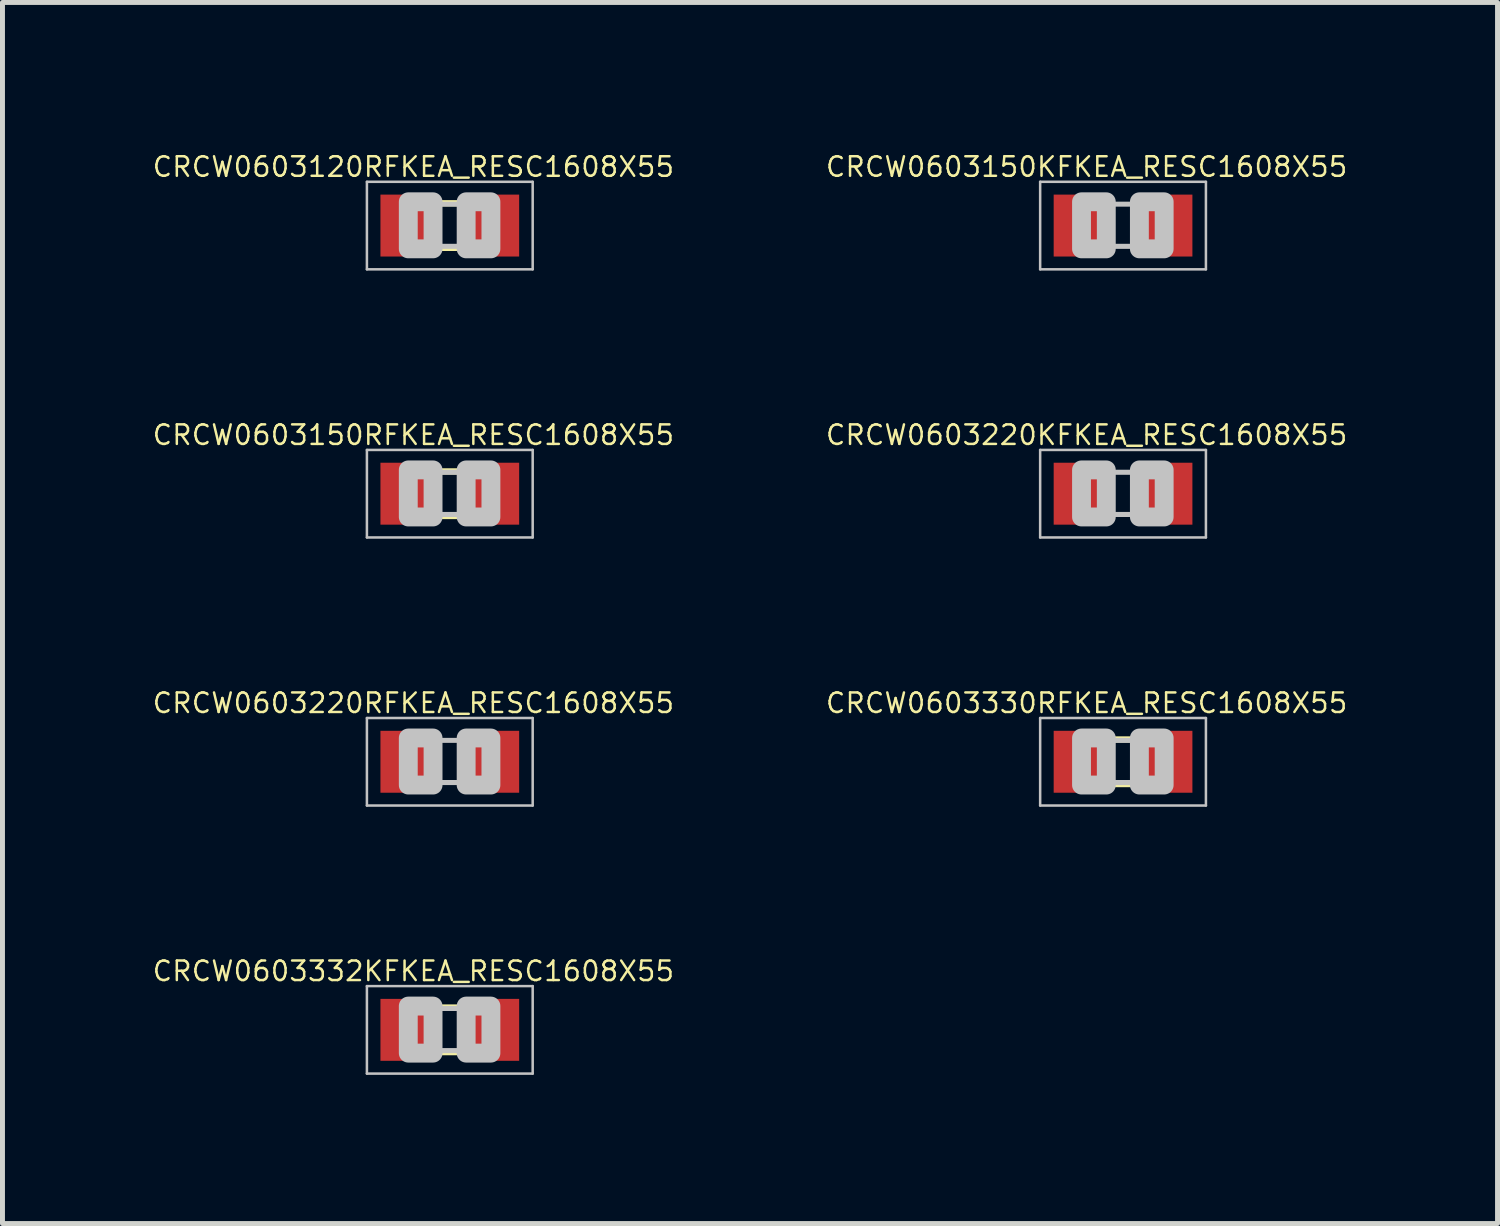
<source format=kicad_pcb>
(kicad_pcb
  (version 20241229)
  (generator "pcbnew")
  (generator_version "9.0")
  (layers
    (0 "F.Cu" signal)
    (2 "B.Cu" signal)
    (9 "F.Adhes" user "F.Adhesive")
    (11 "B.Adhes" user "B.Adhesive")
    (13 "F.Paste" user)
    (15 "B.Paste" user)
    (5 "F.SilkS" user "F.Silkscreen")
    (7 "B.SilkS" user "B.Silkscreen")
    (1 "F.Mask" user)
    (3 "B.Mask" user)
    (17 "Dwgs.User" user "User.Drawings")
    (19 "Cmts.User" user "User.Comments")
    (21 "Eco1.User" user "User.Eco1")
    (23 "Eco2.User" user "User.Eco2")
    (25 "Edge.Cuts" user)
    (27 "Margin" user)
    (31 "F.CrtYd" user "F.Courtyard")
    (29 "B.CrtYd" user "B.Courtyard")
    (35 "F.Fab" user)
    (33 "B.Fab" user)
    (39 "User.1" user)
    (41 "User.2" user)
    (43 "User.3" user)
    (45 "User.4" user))
  (footprint "CRCW0603220RFKEA_RESC1608X55"
    (layer "F.Cu")
    (at 6.029 12.326)
    (property "Reference" "CRCW0603220RFKEA_RESC1608X55" (at -0.735 -1.185 0) (layer "F.SilkS") (effects (font (size 0.394 0.394) (thickness 0.05))))
    (attr smd)
    (fp_line (start -1.673 -0.883) (end 1.673 -0.883) (stroke (width 0.051) (type solid)) (layer "Dwgs.User"))
    (fp_line (start -1.673 0.883) (end -1.673 -0.883) (stroke (width 0.051) (type solid)) (layer "Dwgs.User"))
    (fp_line (start -0.356 -0.432) (end 0.356 -0.432) (stroke (width 0.102) (type solid)) (layer "Dwgs.User"))
    (fp_line (start -0.356 0.419) (end 0.356 0.419) (stroke (width 0.102) (type solid)) (layer "Dwgs.User"))
    (fp_line (start 1.673 -0.883) (end 1.673 0.883) (stroke (width 0.051) (type solid)) (layer "Dwgs.User"))
    (fp_line (start 1.673 0.883) (end -1.673 0.883) (stroke (width 0.051) (type solid)) (layer "Dwgs.User"))
    (fp_poly (pts (xy -0.838 -0.48) (xy -0.338 -0.48) (xy -0.338 0.47) (xy -0.838 0.47)) (stroke (width 0.381) (type solid)) (fill no) (layer "Dwgs.User"))
    (fp_poly (pts (xy 0.33 -0.48) (xy 0.83 -0.48) (xy 0.83 0.47) (xy 0.33 0.47)) (stroke (width 0.381) (type solid)) (fill no) (layer "Dwgs.User"))
    (pad "1" smd rect (at -0.85 0) (size 1.1 1.25) (layers "F.Cu" "F.Mask" "F.Paste"))
    (pad "2" smd rect (at 0.85 0) (size 1.1 1.25) (layers "F.Cu" "F.Mask" "F.Paste")))
  (footprint "CRCW0603332KFKEA_RESC1608X55"
    (layer "F.Cu")
    (at 6.029 17.737)
    (property "Reference" "CRCW0603332KFKEA_RESC1608X55" (at -0.735 -1.185 0) (layer "F.SilkS") (effects (font (size 0.394 0.394) (thickness 0.05))))
    (attr smd)
    (fp_line (start -0.15 -0.45) (end 0.15 -0.45) (stroke (width 0.127) (type solid)) (layer "F.SilkS"))
    (fp_line (start -0.15 0.45) (end 0.15 0.45) (stroke (width 0.127) (type solid)) (layer "F.SilkS"))
    (fp_line (start -1.673 -0.883) (end 1.673 -0.883) (stroke (width 0.051) (type solid)) (layer "Dwgs.User"))
    (fp_line (start -1.673 0.883) (end -1.673 -0.883) (stroke (width 0.051) (type solid)) (layer "Dwgs.User"))
    (fp_line (start -0.356 -0.432) (end 0.356 -0.432) (stroke (width 0.102) (type solid)) (layer "Dwgs.User"))
    (fp_line (start -0.356 0.419) (end 0.356 0.419) (stroke (width 0.102) (type solid)) (layer "Dwgs.User"))
    (fp_line (start 1.673 -0.883) (end 1.673 0.883) (stroke (width 0.051) (type solid)) (layer "Dwgs.User"))
    (fp_line (start 1.673 0.883) (end -1.673 0.883) (stroke (width 0.051) (type solid)) (layer "Dwgs.User"))
    (fp_poly (pts (xy -0.838 -0.48) (xy -0.338 -0.48) (xy -0.338 0.47) (xy -0.838 0.47)) (stroke (width 0.381) (type solid)) (fill no) (layer "Dwgs.User"))
    (fp_poly (pts (xy 0.33 -0.48) (xy 0.83 -0.48) (xy 0.83 0.47) (xy 0.33 0.47)) (stroke (width 0.381) (type solid)) (fill no) (layer "Dwgs.User"))
    (pad "1" smd rect (at -0.85 0) (size 1.1 1.25) (layers "F.Cu" "F.Mask" "F.Paste"))
    (pad "2" smd rect (at 0.85 0) (size 1.1 1.25) (layers "F.Cu" "F.Mask" "F.Paste")))
  (footprint "CRCW0603150KFKEA_RESC1608X55"
    (layer "F.Cu")
    (at 19.618 1.503)
    (property "Reference" "CRCW0603150KFKEA_RESC1608X55" (at -0.735 -1.185 0) (layer "F.SilkS") (effects (font (size 0.394 0.394) (thickness 0.05))))
    (attr smd)
    (fp_line (start -1.673 -0.883) (end 1.673 -0.883) (stroke (width 0.051) (type solid)) (layer "Dwgs.User"))
    (fp_line (start -1.673 0.883) (end -1.673 -0.883) (stroke (width 0.051) (type solid)) (layer "Dwgs.User"))
    (fp_line (start -0.356 -0.432) (end 0.356 -0.432) (stroke (width 0.102) (type solid)) (layer "Dwgs.User"))
    (fp_line (start -0.356 0.419) (end 0.356 0.419) (stroke (width 0.102) (type solid)) (layer "Dwgs.User"))
    (fp_line (start 1.673 -0.883) (end 1.673 0.883) (stroke (width 0.051) (type solid)) (layer "Dwgs.User"))
    (fp_line (start 1.673 0.883) (end -1.673 0.883) (stroke (width 0.051) (type solid)) (layer "Dwgs.User"))
    (fp_poly (pts (xy -0.838 -0.48) (xy -0.338 -0.48) (xy -0.338 0.47) (xy -0.838 0.47)) (stroke (width 0.381) (type solid)) (fill no) (layer "Dwgs.User"))
    (fp_poly (pts (xy 0.33 -0.48) (xy 0.83 -0.48) (xy 0.83 0.47) (xy 0.33 0.47)) (stroke (width 0.381) (type solid)) (fill no) (layer "Dwgs.User"))
    (pad "1" smd rect (at -0.85 0) (size 1.1 1.25) (layers "F.Cu" "F.Mask" "F.Paste"))
    (pad "2" smd rect (at 0.85 0) (size 1.1 1.25) (layers "F.Cu" "F.Mask" "F.Paste")))
  (footprint "CRCW0603150RFKEA_RESC1608X55"
    (layer "F.Cu")
    (at 6.029 6.915)
    (property "Reference" "CRCW0603150RFKEA_RESC1608X55" (at -0.735 -1.185 0) (layer "F.SilkS") (effects (font (size 0.394 0.394) (thickness 0.05))))
    (attr smd)
    (fp_line (start -0.15 -0.45) (end 0.15 -0.45) (stroke (width 0.127) (type solid)) (layer "F.SilkS"))
    (fp_line (start -0.15 0.45) (end 0.15 0.45) (stroke (width 0.127) (type solid)) (layer "F.SilkS"))
    (fp_line (start -1.673 -0.883) (end 1.673 -0.883) (stroke (width 0.051) (type solid)) (layer "Dwgs.User"))
    (fp_line (start -1.673 0.883) (end -1.673 -0.883) (stroke (width 0.051) (type solid)) (layer "Dwgs.User"))
    (fp_line (start -0.356 -0.432) (end 0.356 -0.432) (stroke (width 0.102) (type solid)) (layer "Dwgs.User"))
    (fp_line (start -0.356 0.419) (end 0.356 0.419) (stroke (width 0.102) (type solid)) (layer "Dwgs.User"))
    (fp_line (start 1.673 -0.883) (end 1.673 0.883) (stroke (width 0.051) (type solid)) (layer "Dwgs.User"))
    (fp_line (start 1.673 0.883) (end -1.673 0.883) (stroke (width 0.051) (type solid)) (layer "Dwgs.User"))
    (fp_poly (pts (xy -0.838 -0.48) (xy -0.338 -0.48) (xy -0.338 0.47) (xy -0.838 0.47)) (stroke (width 0.381) (type solid)) (fill no) (layer "Dwgs.User"))
    (fp_poly (pts (xy 0.33 -0.48) (xy 0.83 -0.48) (xy 0.83 0.47) (xy 0.33 0.47)) (stroke (width 0.381) (type solid)) (fill no) (layer "Dwgs.User"))
    (pad "1" smd rect (at -0.85 0) (size 1.1 1.25) (layers "F.Cu" "F.Mask" "F.Paste"))
    (pad "2" smd rect (at 0.85 0) (size 1.1 1.25) (layers "F.Cu" "F.Mask" "F.Paste")))
  (footprint "CRCW0603120RFKEA_RESC1608X55"
    (layer "F.Cu")
    (at 6.029 1.503)
    (property "Reference" "CRCW0603120RFKEA_RESC1608X55" (at -0.735 -1.185 0) (layer "F.SilkS") (effects (font (size 0.394 0.394) (thickness 0.05))))
    (attr smd)
    (fp_line (start -0.15 -0.45) (end 0.15 -0.45) (stroke (width 0.127) (type solid)) (layer "F.SilkS"))
    (fp_line (start -0.15 0.45) (end 0.15 0.45) (stroke (width 0.127) (type solid)) (layer "F.SilkS"))
    (fp_line (start -1.673 -0.883) (end 1.673 -0.883) (stroke (width 0.051) (type solid)) (layer "Dwgs.User"))
    (fp_line (start -1.673 0.883) (end -1.673 -0.883) (stroke (width 0.051) (type solid)) (layer "Dwgs.User"))
    (fp_line (start -0.356 -0.432) (end 0.356 -0.432) (stroke (width 0.102) (type solid)) (layer "Dwgs.User"))
    (fp_line (start -0.356 0.419) (end 0.356 0.419) (stroke (width 0.102) (type solid)) (layer "Dwgs.User"))
    (fp_line (start 1.673 -0.883) (end 1.673 0.883) (stroke (width 0.051) (type solid)) (layer "Dwgs.User"))
    (fp_line (start 1.673 0.883) (end -1.673 0.883) (stroke (width 0.051) (type solid)) (layer "Dwgs.User"))
    (fp_poly (pts (xy -0.838 -0.48) (xy -0.338 -0.48) (xy -0.338 0.47) (xy -0.838 0.47)) (stroke (width 0.381) (type solid)) (fill no) (layer "Dwgs.User"))
    (fp_poly (pts (xy 0.33 -0.48) (xy 0.83 -0.48) (xy 0.83 0.47) (xy 0.33 0.47)) (stroke (width 0.381) (type solid)) (fill no) (layer "Dwgs.User"))
    (pad "1" smd rect (at -0.85 0) (size 1.1 1.25) (layers "F.Cu" "F.Mask" "F.Paste"))
    (pad "2" smd rect (at 0.85 0) (size 1.1 1.25) (layers "F.Cu" "F.Mask" "F.Paste")))
  (footprint "CRCW0603220KFKEA_RESC1608X55"
    (layer "F.Cu")
    (at 19.618 6.915)
    (property "Reference" "CRCW0603220KFKEA_RESC1608X55" (at -0.735 -1.185 0) (layer "F.SilkS") (effects (font (size 0.394 0.394) (thickness 0.05))))
    (attr smd)
    (fp_line (start -1.673 -0.883) (end 1.673 -0.883) (stroke (width 0.051) (type solid)) (layer "Dwgs.User"))
    (fp_line (start -1.673 0.883) (end -1.673 -0.883) (stroke (width 0.051) (type solid)) (layer "Dwgs.User"))
    (fp_line (start -0.356 -0.432) (end 0.356 -0.432) (stroke (width 0.102) (type solid)) (layer "Dwgs.User"))
    (fp_line (start -0.356 0.419) (end 0.356 0.419) (stroke (width 0.102) (type solid)) (layer "Dwgs.User"))
    (fp_line (start 1.673 -0.883) (end 1.673 0.883) (stroke (width 0.051) (type solid)) (layer "Dwgs.User"))
    (fp_line (start 1.673 0.883) (end -1.673 0.883) (stroke (width 0.051) (type solid)) (layer "Dwgs.User"))
    (fp_poly (pts (xy -0.838 -0.48) (xy -0.338 -0.48) (xy -0.338 0.47) (xy -0.838 0.47)) (stroke (width 0.381) (type solid)) (fill no) (layer "Dwgs.User"))
    (fp_poly (pts (xy 0.33 -0.48) (xy 0.83 -0.48) (xy 0.83 0.47) (xy 0.33 0.47)) (stroke (width 0.381) (type solid)) (fill no) (layer "Dwgs.User"))
    (pad "1" smd rect (at -0.85 0) (size 1.1 1.25) (layers "F.Cu" "F.Mask" "F.Paste"))
    (pad "2" smd rect (at 0.85 0) (size 1.1 1.25) (layers "F.Cu" "F.Mask" "F.Paste")))
  (footprint "CRCW0603330RFKEA_RESC1608X55"
    (layer "F.Cu")
    (at 19.618 12.326)
    (property "Reference" "CRCW0603330RFKEA_RESC1608X55" (at -0.735 -1.185 0) (layer "F.SilkS") (effects (font (size 0.394 0.394) (thickness 0.05))))
    (attr smd)
    (fp_line (start -0.15 -0.45) (end 0.15 -0.45) (stroke (width 0.127) (type solid)) (layer "F.SilkS"))
    (fp_line (start -0.15 0.45) (end 0.15 0.45) (stroke (width 0.127) (type solid)) (layer "F.SilkS"))
    (fp_line (start -1.673 -0.883) (end 1.673 -0.883) (stroke (width 0.051) (type solid)) (layer "Dwgs.User"))
    (fp_line (start -1.673 0.883) (end -1.673 -0.883) (stroke (width 0.051) (type solid)) (layer "Dwgs.User"))
    (fp_line (start -0.356 -0.432) (end 0.356 -0.432) (stroke (width 0.102) (type solid)) (layer "Dwgs.User"))
    (fp_line (start -0.356 0.419) (end 0.356 0.419) (stroke (width 0.102) (type solid)) (layer "Dwgs.User"))
    (fp_line (start 1.673 -0.883) (end 1.673 0.883) (stroke (width 0.051) (type solid)) (layer "Dwgs.User"))
    (fp_line (start 1.673 0.883) (end -1.673 0.883) (stroke (width 0.051) (type solid)) (layer "Dwgs.User"))
    (fp_poly (pts (xy -0.838 -0.48) (xy -0.338 -0.48) (xy -0.338 0.47) (xy -0.838 0.47)) (stroke (width 0.381) (type solid)) (fill no) (layer "Dwgs.User"))
    (fp_poly (pts (xy 0.33 -0.48) (xy 0.83 -0.48) (xy 0.83 0.47) (xy 0.33 0.47)) (stroke (width 0.381) (type solid)) (fill no) (layer "Dwgs.User"))
    (pad "1" smd rect (at -0.85 0) (size 1.1 1.25) (layers "F.Cu" "F.Mask" "F.Paste"))
    (pad "2" smd rect (at 0.85 0) (size 1.1 1.25) (layers "F.Cu" "F.Mask" "F.Paste")))
  (gr_rect
    (start -3 -3)
    (end 27.177 21.646)
    (stroke (width 0.1) (type default))
    (fill no)
    (layer "Edge.Cuts")))
</source>
